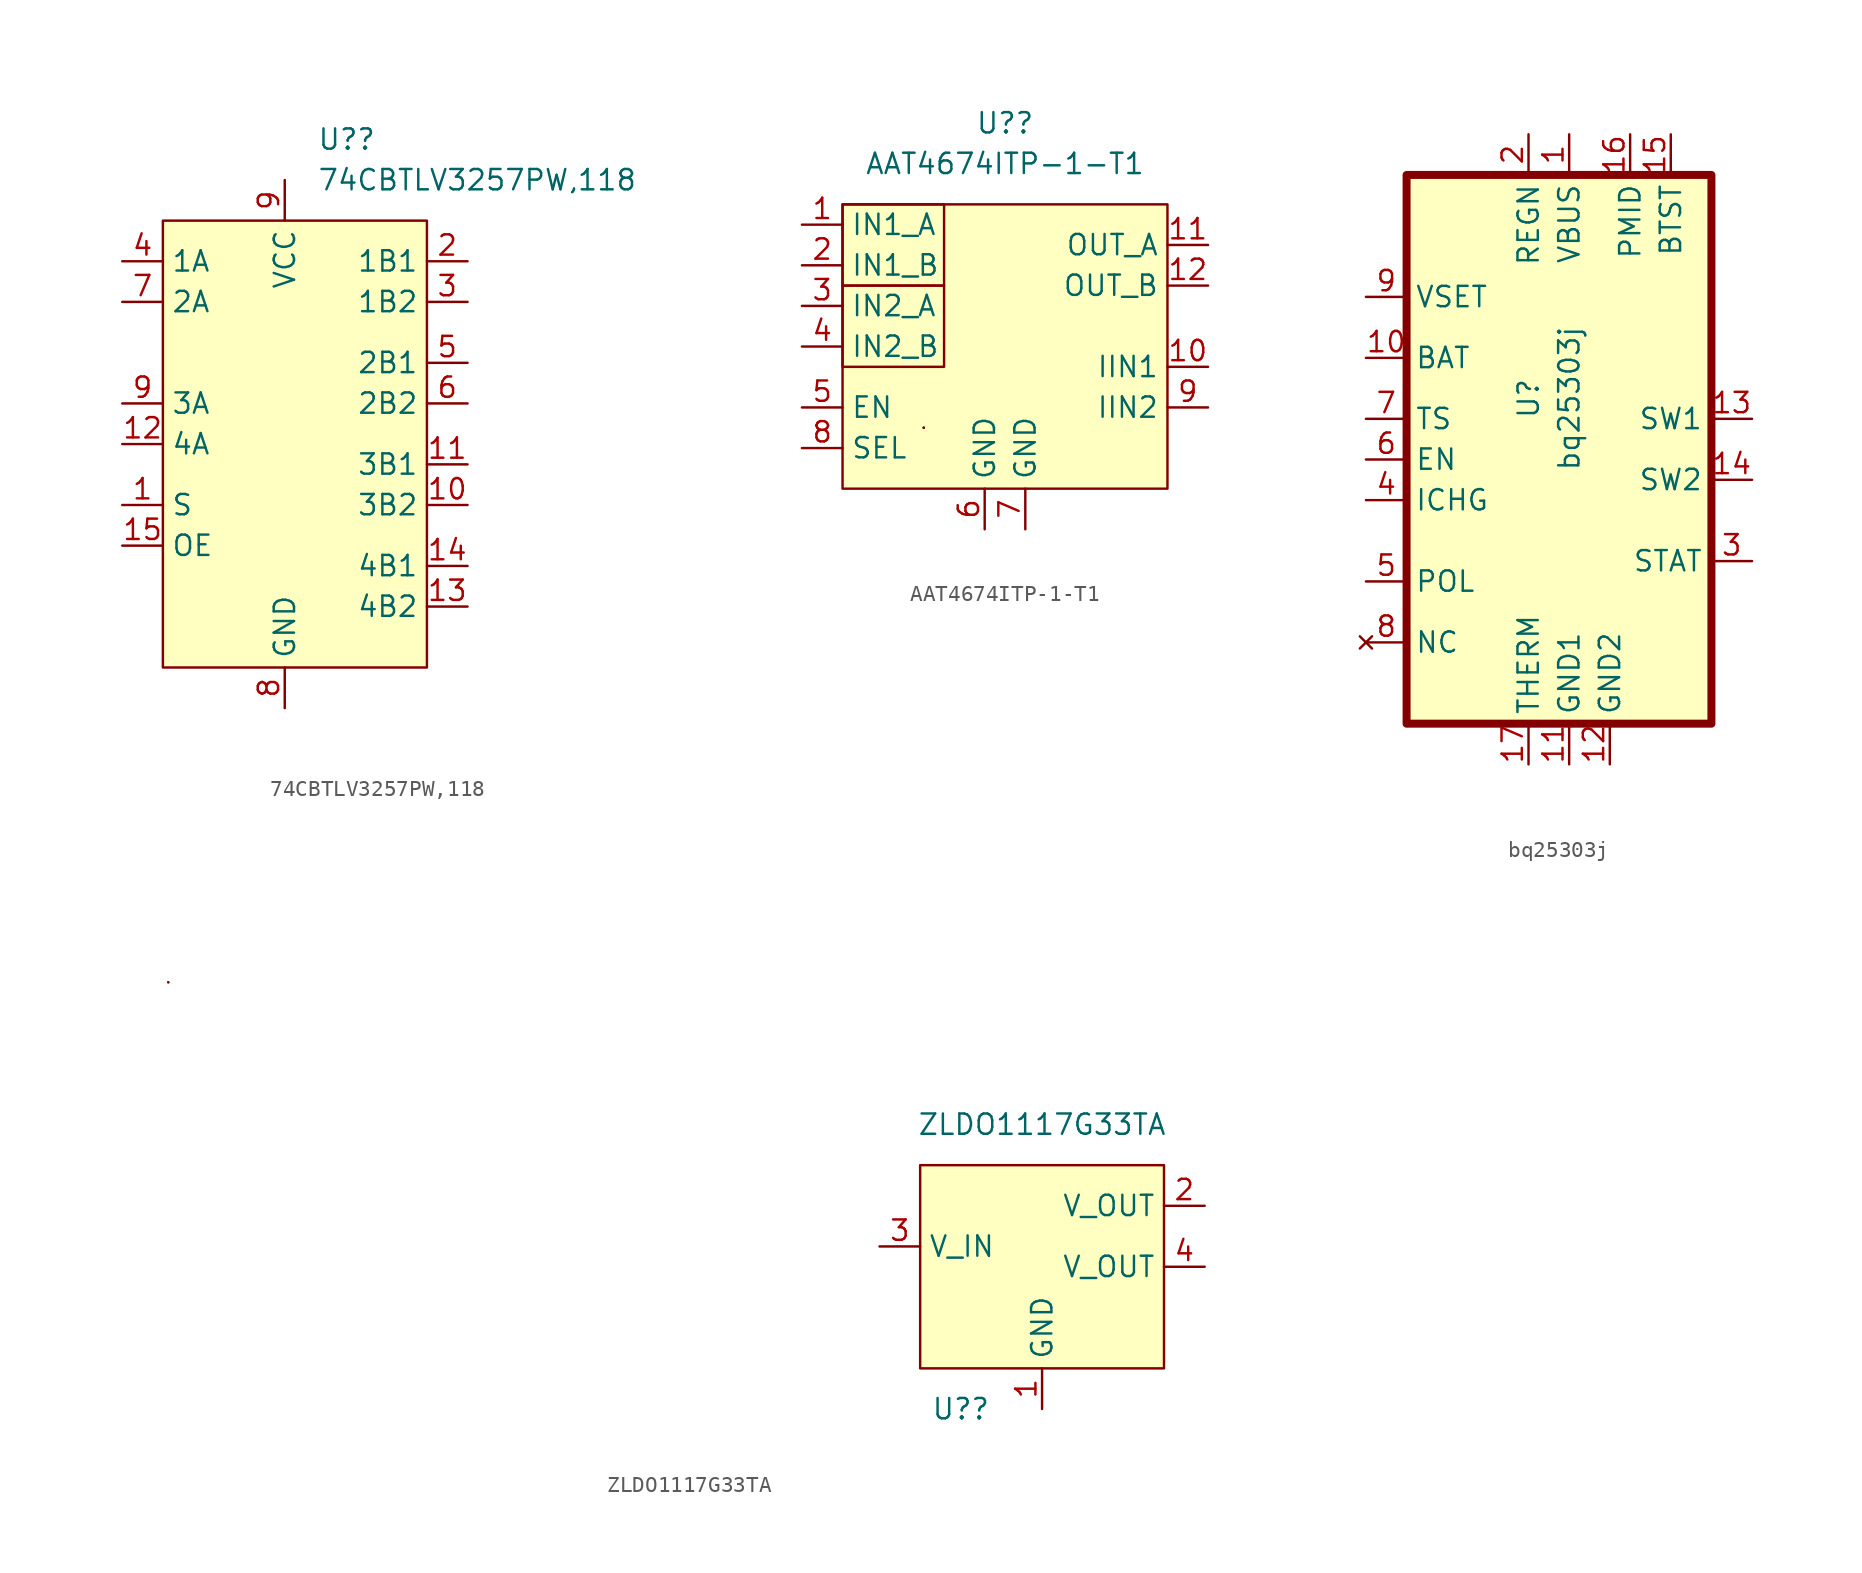
<source format=kicad_sym>
(kicad_symbol_lib
  (version 20211014)
  (generator kicad_symbol_editor)
  (symbol "74CBTLV3257PW,118"
    (property "Reference" "U?"
      (at -9.411 27.94 0)
      (effects (font (size 1.27 1.27)) (justify left)))
    (property "Value" "74CBTLV3257PW,118"
      (at -9.411 25.4 0)
      (effects (font (size 1.27 1.27)) (justify left)))
    (symbol "74CBTLV3257PW,118_0_1"
      (rectangle (start -19.05 22.86) (end -2.54 -5.08) (stroke (width 0) (type default) (color 0 0 0 0)) (fill (type background))))
    (symbol "74CBTLV3257PW,118_1_1"
      (pin input line (at -21.59 5.08 0) (length 2.54) (name "S" (effects (font (size 1.27 1.27)))) (number "1" (effects (font (size 1.27 1.27)))))
      (pin output line (at 0 5.08 180) (length 2.54) (name "3B2" (effects (font (size 1.27 1.27)))) (number "10" (effects (font (size 1.27 1.27)))))
      (pin output line (at 0 7.62 180) (length 2.54) (name "3B1" (effects (font (size 1.27 1.27)))) (number "11" (effects (font (size 1.27 1.27)))))
      (pin input line (at -21.59 8.89 0) (length 2.54) (name "4A" (effects (font (size 1.27 1.27)))) (number "12" (effects (font (size 1.27 1.27)))))
      (pin output line (at 0 -1.27 180) (length 2.54) (name "4B2" (effects (font (size 1.27 1.27)))) (number "13" (effects (font (size 1.27 1.27)))))
      (pin output line (at 0 1.27 180) (length 2.54) (name "4B1" (effects (font (size 1.27 1.27)))) (number "14" (effects (font (size 1.27 1.27)))))
      (pin input line (at -21.59 2.54 0) (length 2.54) (name "OE" (effects (font (size 1.27 1.27)))) (number "15" (effects (font (size 1.27 1.27)))))
      (pin output line (at 0 20.32 180) (length 2.54) (name "1B1" (effects (font (size 1.27 1.27)))) (number "2" (effects (font (size 1.27 1.27)))))
      (pin output line (at 0 17.78 180) (length 2.54) (name "1B2" (effects (font (size 1.27 1.27)))) (number "3" (effects (font (size 1.27 1.27)))))
      (pin input line (at -21.59 20.32 0) (length 2.54) (name "1A" (effects (font (size 1.27 1.27)))) (number "4" (effects (font (size 1.27 1.27)))))
      (pin output line (at 0 13.97 180) (length 2.54) (name "2B1" (effects (font (size 1.27 1.27)))) (number "5" (effects (font (size 1.27 1.27)))))
      (pin output line (at 0 11.43 180) (length 2.54) (name "2B2" (effects (font (size 1.27 1.27)))) (number "6" (effects (font (size 1.27 1.27)))))
      (pin input line (at -21.59 17.78 0) (length 2.54) (name "2A" (effects (font (size 1.27 1.27)))) (number "7" (effects (font (size 1.27 1.27)))))
      (pin power_out line (at -11.43 -7.62 90) (length 2.54) (name "GND" (effects (font (size 1.27 1.27)))) (number "8" (effects (font (size 1.27 1.27)))))
      (pin input line (at -21.59 11.43 0) (length 2.54) (name "3A" (effects (font (size 1.27 1.27)))) (number "9" (effects (font (size 1.27 1.27)))))
      (pin power_in line (at -11.43 25.4 270) (length 2.54) (name "VCC" (effects (font (size 1.27 1.27)))) (number "9" (effects (font (size 1.27 1.27)))))))
  (symbol "AAT4674ITP-1-T1"
    (property "Reference" "U?"
      (at 5.08 7.62 0)
      (effects (font (size 1.27 1.27))))
    (property "Value" "AAT4674ITP-1-T1"
      (at 5.08 5.08 0)
      (effects (font (size 1.27 1.27))))
    (symbol "AAT4674ITP-1-T1_0_1"
      (rectangle (start -5.08 -2.54) (end 1.27 -7.62) (stroke (width 0) (type default) (color 0 0 0 0)) (fill (type none)))
      (rectangle (start -5.08 2.54) (end 1.27 -2.54) (stroke (width 0) (type default) (color 0 0 0 0)) (fill (type none)))
      (rectangle (start -5.08 2.54) (end 15.24 -15.24) (stroke (width 0) (type default) (color 0 0 0 0)) (fill (type background)))
      (rectangle (start 0 -11.43) (end 0 -11.43) (stroke (width 0) (type default) (color 0 0 0 0)) (fill (type none)))
      (rectangle (start 0 -11.43) (end 0 -11.43) (stroke (width 0) (type default) (color 0 0 0 0)) (fill (type none)))
      (rectangle (start 0 -11.43) (end 0 -11.43) (stroke (width 0) (type default) (color 0 0 0 0)) (fill (type none))))
    (symbol "AAT4674ITP-1-T1_1_1"
      (pin input line (at -7.62 1.27 0) (length 2.54) (name "IN1_A" (effects (font (size 1.27 1.27)))) (number "1" (effects (font (size 1.27 1.27)))))
      (pin output line (at 17.78 -7.62 180) (length 2.54) (name "IIN1" (effects (font (size 1.27 1.27)))) (number "10" (effects (font (size 1.27 1.27)))))
      (pin output line (at 17.78 0 180) (length 2.54) (name "OUT_A" (effects (font (size 1.27 1.27)))) (number "11" (effects (font (size 1.27 1.27)))))
      (pin output line (at 17.78 -2.54 180) (length 2.54) (name "OUT_B" (effects (font (size 1.27 1.27)))) (number "12" (effects (font (size 1.27 1.27)))))
      (pin input line (at -7.62 -1.27 0) (length 2.54) (name "IN1_B" (effects (font (size 1.27 1.27)))) (number "2" (effects (font (size 1.27 1.27)))))
      (pin input line (at -7.62 -3.81 0) (length 2.54) (name "IN2_A" (effects (font (size 1.27 1.27)))) (number "3" (effects (font (size 1.27 1.27)))))
      (pin input line (at -7.62 -6.35 0) (length 2.54) (name "IN2_B" (effects (font (size 1.27 1.27)))) (number "4" (effects (font (size 1.27 1.27)))))
      (pin input line (at -7.62 -10.16 0) (length 2.54) (name "EN" (effects (font (size 1.27 1.27)))) (number "5" (effects (font (size 1.27 1.27)))))
      (pin passive line (at 3.81 -17.78 90) (length 2.54) (name "GND" (effects (font (size 1.27 1.27)))) (number "6" (effects (font (size 1.27 1.27)))))
      (pin passive line (at 6.35 -17.78 90) (length 2.54) (name "GND" (effects (font (size 1.27 1.27)))) (number "7" (effects (font (size 1.27 1.27)))))
      (pin input line (at -7.62 -12.7 0) (length 2.54) (name "SEL" (effects (font (size 1.27 1.27)))) (number "8" (effects (font (size 1.27 1.27)))))
      (pin output line (at 17.78 -10.16 180) (length 2.54) (name "IIN2" (effects (font (size 1.27 1.27)))) (number "9" (effects (font (size 1.27 1.27)))))))
  (symbol "bq25303j"
    (property "Reference" "U"
      (at -2.54 -1.27 90)
      (effects (font (size 1.27 1.27))))
    (property "Value" "bq25303j"
      (at 0 -1.27 90)
      (effects (font (size 1.27 1.27))))
    (symbol "bq25303j_0_1"
      (rectangle (start -10.16 12.7) (end 8.89 -21.59) (stroke (width 0.5) (type default) (color 0 0 0 0)) (fill (type background))))
    (symbol "bq25303j_1_1"
      (pin power_in line (at 0 15.24 270) (length 2.54) (name "VBUS" (effects (font (size 1.27 1.27)))) (number "1" (effects (font (size 1.27 1.27)))))
      (pin input line (at -12.7 1.27 0) (length 2.54) (name "BAT" (effects (font (size 1.27 1.27)))) (number "10" (effects (font (size 1.27 1.27)))))
      (pin power_out line (at 0 -24.13 90) (length 2.54) (name "GND1" (effects (font (size 1.27 1.27)))) (number "11" (effects (font (size 1.27 1.27)))))
      (pin power_out line (at 2.54 -24.13 90) (length 2.54) (name "GND2" (effects (font (size 1.27 1.27)))) (number "12" (effects (font (size 1.27 1.27)))))
      (pin power_out line (at 11.43 -2.54 180) (length 2.54) (name "SW1" (effects (font (size 1.27 1.27)))) (number "13" (effects (font (size 1.27 1.27)))))
      (pin power_out line (at 11.43 -6.35 180) (length 2.54) (name "SW2" (effects (font (size 1.27 1.27)))) (number "14" (effects (font (size 1.27 1.27)))))
      (pin power_out line (at 6.35 15.24 270) (length 2.54) (name "BTST" (effects (font (size 1.27 1.27)))) (number "15" (effects (font (size 1.27 1.27)))))
      (pin power_out line (at 3.81 15.24 270) (length 2.54) (name "PMID" (effects (font (size 1.27 1.27)))) (number "16" (effects (font (size 1.27 1.27)))))
      (pin passive line (at -2.54 -24.13 90) (length 2.54) (name "THERM" (effects (font (size 1.27 1.27)))) (number "17" (effects (font (size 1.27 1.27)))))
      (pin power_in line (at -2.54 15.24 270) (length 2.54) (name "REGN" (effects (font (size 1.27 1.27)))) (number "2" (effects (font (size 1.27 1.27)))))
      (pin output line (at 11.43 -11.43 180) (length 2.54) (name "STAT" (effects (font (size 1.27 1.27)))) (number "3" (effects (font (size 1.27 1.27)))))
      (pin input line (at -12.7 -7.62 0) (length 2.54) (name "ICHG" (effects (font (size 1.27 1.27)))) (number "4" (effects (font (size 1.27 1.27)))))
      (pin input line (at -12.7 -12.7 0) (length 2.54) (name "POL" (effects (font (size 1.27 1.27)))) (number "5" (effects (font (size 1.27 1.27)))))
      (pin input line (at -12.7 -5.08 0) (length 2.54) (name "EN" (effects (font (size 1.27 1.27)))) (number "6" (effects (font (size 1.27 1.27)))))
      (pin input line (at -12.7 -2.54 0) (length 2.54) (name "TS" (effects (font (size 1.27 1.27)))) (number "7" (effects (font (size 1.27 1.27)))))
      (pin no_connect line (at -12.7 -16.51 0) (length 2.54) (name "NC" (effects (font (size 1.27 1.27)))) (number "8" (effects (font (size 1.27 1.27)))))
      (pin input line (at -12.7 5.08 0) (length 2.54) (name "VSET" (effects (font (size 1.27 1.27)))) (number "9" (effects (font (size 1.27 1.27)))))))
  (symbol "ZLDO1117G33TA"
    (property "Reference" "U?"
      (at -6.35 -8.89 0)
      (effects (font (size 1.27 1.27))))
    (property "Value" "ZLDO1117G33TA"
      (at -1.27 8.89 0)
      (effects (font (size 1.27 1.27))))
    (symbol "ZLDO1117G33TA_0_1"
      (rectangle (start -55.88 17.78) (end -55.88 17.78) (stroke (width 0) (type default) (color 0 0 0 0)) (fill (type none)))
      (rectangle (start -55.88 17.78) (end -55.88 17.78) (stroke (width 0) (type default) (color 0 0 0 0)) (fill (type none)))
      (rectangle (start -8.89 6.35) (end 6.35 -6.35) (stroke (width 0) (type default) (color 0 0 0 0)) (fill (type background))))
    (symbol "ZLDO1117G33TA_1_1"
      (pin passive line (at -1.27 -8.89 90) (length 2.54) (name "GND" (effects (font (size 1.27 1.27)))) (number "1" (effects (font (size 1.27 1.27)))))
      (pin power_out line (at 8.89 3.81 180) (length 2.54) (name "V_OUT" (effects (font (size 1.27 1.27)))) (number "2" (effects (font (size 1.27 1.27)))))
      (pin power_in line (at -11.43 1.27 0) (length 2.54) (name "V_IN" (effects (font (size 1.27 1.27)))) (number "3" (effects (font (size 1.27 1.27)))))
      (pin power_out line (at 8.89 0 180) (length 2.54) (name "V_OUT" (effects (font (size 1.27 1.27)))) (number "4" (effects (font (size 1.27 1.27))))))))
</source>
